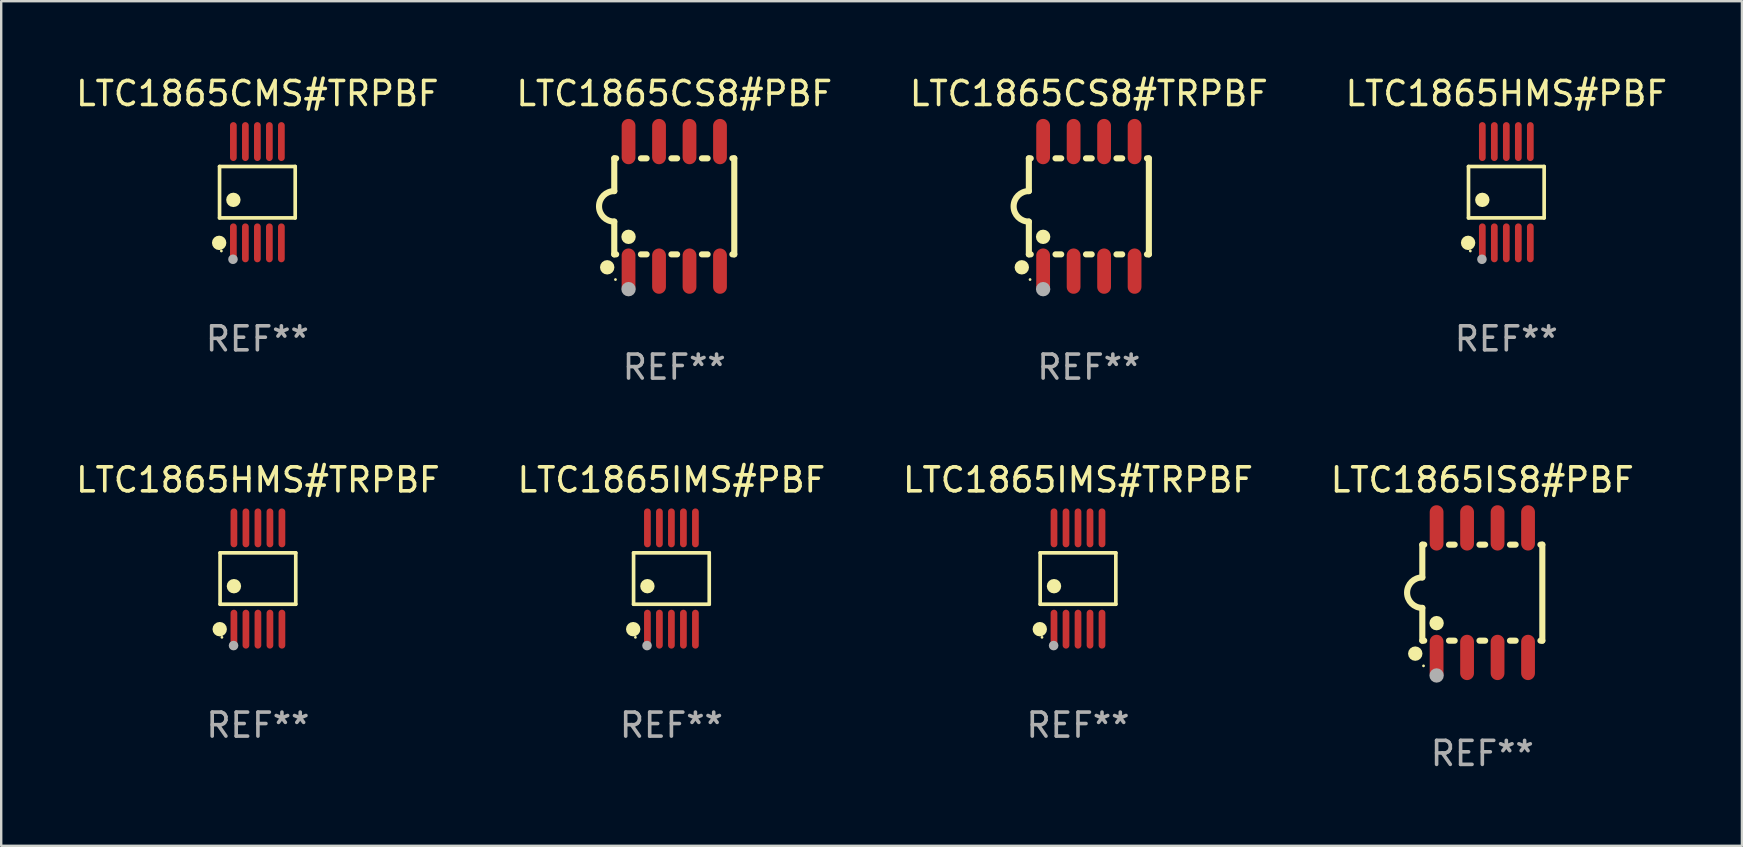
<source format=kicad_pcb>
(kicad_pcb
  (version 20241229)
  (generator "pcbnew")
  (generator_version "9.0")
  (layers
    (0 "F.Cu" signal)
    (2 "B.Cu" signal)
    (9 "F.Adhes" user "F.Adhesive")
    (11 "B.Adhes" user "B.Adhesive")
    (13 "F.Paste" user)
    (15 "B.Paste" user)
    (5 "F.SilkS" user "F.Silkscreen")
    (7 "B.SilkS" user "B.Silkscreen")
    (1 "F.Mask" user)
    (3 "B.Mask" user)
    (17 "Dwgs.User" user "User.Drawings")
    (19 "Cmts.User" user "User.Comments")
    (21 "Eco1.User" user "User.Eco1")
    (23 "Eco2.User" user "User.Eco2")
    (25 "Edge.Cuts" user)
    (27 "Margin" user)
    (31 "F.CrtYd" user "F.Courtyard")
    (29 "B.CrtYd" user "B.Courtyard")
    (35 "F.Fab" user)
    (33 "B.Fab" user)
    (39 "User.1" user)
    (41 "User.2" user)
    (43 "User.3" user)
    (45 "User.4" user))
  (footprint "LTC1865HMS#PBF"
    (layer "F.Cu")
    (at 59.708 4.958)
    (property "Reference" "LTC1865HMS#PBF" (at 0 -4.11 0) (layer "F.SilkS") (effects (font (size 1 1) (thickness 0.15))))
    (attr through_hole)
    (fp_line (start -1.576 -1.071) (end 1.576 -1.071) (stroke (width 0.152) (type solid)) (layer "F.SilkS"))
    (fp_line (start -1.576 1.071) (end -1.576 -1.071) (stroke (width 0.152) (type solid)) (layer "F.SilkS"))
    (fp_line (start 1.576 -1.071) (end 1.576 1.071) (stroke (width 0.152) (type solid)) (layer "F.SilkS"))
    (fp_line (start 1.576 1.071) (end -1.576 1.071) (stroke (width 0.152) (type solid)) (layer "F.SilkS"))
    (fp_circle (center -1.592 2.11) (end -1.442 2.11) (stroke (width 0.3) (type solid)) (fill no) (layer "F.SilkS"))
    (fp_circle (center -1.5 2.45) (end -1.47 2.45) (stroke (width 0.06) (type solid)) (fill no) (layer "F.SilkS"))
    (fp_circle (center -1 0.319) (end -0.85 0.319) (stroke (width 0.3) (type solid)) (fill no) (layer "F.SilkS"))
    (fp_circle (center -1.016 2.794) (end -0.916 2.794) (stroke (width 0.2) (type solid)) (fill no) (layer "F.Fab"))
    (fp_text user "REF**" (at 0 6.11 0) (layer "F.Fab") (effects (font (size 1 1) (thickness 0.15))))
    (pad "1" smd oval (at -1 2.11) (size 0.28 1.62) (layers "F.Cu" "F.Mask" "F.Paste"))
    (pad "2" smd oval (at -0.5 2.11) (size 0.28 1.62) (layers "F.Cu" "F.Mask" "F.Paste"))
    (pad "3" smd oval (at 0 2.11) (size 0.28 1.62) (layers "F.Cu" "F.Mask" "F.Paste"))
    (pad "4" smd oval (at 0.5 2.11) (size 0.28 1.62) (layers "F.Cu" "F.Mask" "F.Paste"))
    (pad "5" smd oval (at 1 2.11) (size 0.28 1.62) (layers "F.Cu" "F.Mask" "F.Paste"))
    (pad "6" smd oval (at 1 -2.11) (size 0.28 1.62) (layers "F.Cu" "F.Mask" "F.Paste"))
    (pad "7" smd oval (at 0.5 -2.11) (size 0.28 1.62) (layers "F.Cu" "F.Mask" "F.Paste"))
    (pad "8" smd oval (at 0 -2.11) (size 0.28 1.62) (layers "F.Cu" "F.Mask" "F.Paste"))
    (pad "9" smd oval (at -0.5 -2.11) (size 0.28 1.62) (layers "F.Cu" "F.Mask" "F.Paste"))
    (pad "10" smd oval (at -1 -2.11) (size 0.28 1.62) (layers "F.Cu" "F.Mask" "F.Paste")))
  (footprint "LTC1865IMS#TRPBF"
    (layer "F.Cu")
    (at 41.863 21.053)
    (property "Reference" "LTC1865IMS#TRPBF" (at 0 -4.11 0) (layer "F.SilkS") (effects (font (size 1 1) (thickness 0.15))))
    (attr through_hole)
    (fp_line (start -1.576 -1.071) (end 1.576 -1.071) (stroke (width 0.152) (type solid)) (layer "F.SilkS"))
    (fp_line (start -1.576 1.071) (end -1.576 -1.071) (stroke (width 0.152) (type solid)) (layer "F.SilkS"))
    (fp_line (start 1.576 -1.071) (end 1.576 1.071) (stroke (width 0.152) (type solid)) (layer "F.SilkS"))
    (fp_line (start 1.576 1.071) (end -1.576 1.071) (stroke (width 0.152) (type solid)) (layer "F.SilkS"))
    (fp_circle (center -1.592 2.11) (end -1.442 2.11) (stroke (width 0.3) (type solid)) (fill no) (layer "F.SilkS"))
    (fp_circle (center -1.5 2.45) (end -1.47 2.45) (stroke (width 0.06) (type solid)) (fill no) (layer "F.SilkS"))
    (fp_circle (center -1 0.319) (end -0.85 0.319) (stroke (width 0.3) (type solid)) (fill no) (layer "F.SilkS"))
    (fp_circle (center -1.016 2.794) (end -0.916 2.794) (stroke (width 0.2) (type solid)) (fill no) (layer "F.Fab"))
    (fp_text user "REF**" (at 0 6.11 0) (layer "F.Fab") (effects (font (size 1 1) (thickness 0.15))))
    (pad "1" smd oval (at -1 2.11) (size 0.28 1.62) (layers "F.Cu" "F.Mask" "F.Paste"))
    (pad "2" smd oval (at -0.5 2.11) (size 0.28 1.62) (layers "F.Cu" "F.Mask" "F.Paste"))
    (pad "3" smd oval (at 0 2.11) (size 0.28 1.62) (layers "F.Cu" "F.Mask" "F.Paste"))
    (pad "4" smd oval (at 0.5 2.11) (size 0.28 1.62) (layers "F.Cu" "F.Mask" "F.Paste"))
    (pad "5" smd oval (at 1 2.11) (size 0.28 1.62) (layers "F.Cu" "F.Mask" "F.Paste"))
    (pad "6" smd oval (at 1 -2.11) (size 0.28 1.62) (layers "F.Cu" "F.Mask" "F.Paste"))
    (pad "7" smd oval (at 0.5 -2.11) (size 0.28 1.62) (layers "F.Cu" "F.Mask" "F.Paste"))
    (pad "8" smd oval (at 0 -2.11) (size 0.28 1.62) (layers "F.Cu" "F.Mask" "F.Paste"))
    (pad "9" smd oval (at -0.5 -2.11) (size 0.28 1.62) (layers "F.Cu" "F.Mask" "F.Paste"))
    (pad "10" smd oval (at -1 -2.11) (size 0.28 1.62) (layers "F.Cu" "F.Mask" "F.Paste")))
  (footprint "LTC1865CS8#PBF"
    (layer "F.Cu")
    (at 25.042 5.547)
    (property "Reference" "LTC1865CS8#PBF" (at 0 -4.699 0) (layer "F.SilkS") (effects (font (size 1 1) (thickness 0.15))))
    (attr through_hole)
    (fp_line (start -2.5 -2) (end -2.5 -0.635) (stroke (width 0.254) (type solid)) (layer "F.SilkS"))
    (fp_line (start -2.5 -2) (end -2.421 -2) (stroke (width 0.254) (type solid)) (layer "F.SilkS"))
    (fp_line (start -2.5 2) (end -2.5 0.635) (stroke (width 0.254) (type solid)) (layer "F.SilkS"))
    (fp_line (start -2.5 2) (end -2.421 2) (stroke (width 0.254) (type solid)) (layer "F.SilkS"))
    (fp_line (start -1.389 -2) (end -1.151 -2) (stroke (width 0.254) (type solid)) (layer "F.SilkS"))
    (fp_line (start -1.389 2) (end -1.151 2) (stroke (width 0.254) (type solid)) (layer "F.SilkS"))
    (fp_line (start -0.119 -2) (end 0.119 -2) (stroke (width 0.254) (type solid)) (layer "F.SilkS"))
    (fp_line (start -0.119 2) (end 0.119 2) (stroke (width 0.254) (type solid)) (layer "F.SilkS"))
    (fp_line (start 1.151 -2) (end 1.389 -2) (stroke (width 0.254) (type solid)) (layer "F.SilkS"))
    (fp_line (start 1.151 2) (end 1.389 2) (stroke (width 0.254) (type solid)) (layer "F.SilkS"))
    (fp_line (start 2.421 -2) (end 2.5 -2) (stroke (width 0.254) (type solid)) (layer "F.SilkS"))
    (fp_line (start 2.421 2) (end 2.5 2) (stroke (width 0.254) (type solid)) (layer "F.SilkS"))
    (fp_line (start 2.5 -2) (end 2.5 2) (stroke (width 0.254) (type solid)) (layer "F.SilkS"))
    (fp_arc (start -2.5 0.635001) (mid -3.134366 -0.000318) (end -2.499365 -0.635001) (stroke (width 0.254001) (type solid)) (layer "F.SilkS"))
    (fp_circle (center -2.794 2.54) (end -2.644 2.54) (stroke (width 0.3) (type solid)) (fill no) (layer "F.SilkS"))
    (fp_circle (center -2.45 3.05) (end -2.42 3.05) (stroke (width 0.06) (type solid)) (fill no) (layer "F.SilkS"))
    (fp_circle (center -1.905 1.27) (end -1.755 1.27) (stroke (width 0.3) (type solid)) (fill no) (layer "F.SilkS"))
    (fp_circle (center -1.905 3.45) (end -1.755 3.45) (stroke (width 0.3) (type solid)) (fill no) (layer "F.Fab"))
    (fp_text user "REF**" (at 0 6.699 0) (layer "F.Fab") (effects (font (size 1 1) (thickness 0.15))))
    (pad "1" smd oval (at -1.905 2.699) (size 0.574 1.888) (layers "F.Cu" "F.Mask" "F.Paste"))
    (pad "2" smd oval (at -0.635 2.699) (size 0.574 1.888) (layers "F.Cu" "F.Mask" "F.Paste"))
    (pad "3" smd oval (at 0.635 2.699) (size 0.574 1.888) (layers "F.Cu" "F.Mask" "F.Paste"))
    (pad "4" smd oval (at 1.905 2.699) (size 0.574 1.888) (layers "F.Cu" "F.Mask" "F.Paste"))
    (pad "5" smd oval (at 1.905 -2.699) (size 0.574 1.888) (layers "F.Cu" "F.Mask" "F.Paste"))
    (pad "6" smd oval (at 0.635 -2.699) (size 0.574 1.888) (layers "F.Cu" "F.Mask" "F.Paste"))
    (pad "7" smd oval (at -0.635 -2.699) (size 0.574 1.888) (layers "F.Cu" "F.Mask" "F.Paste"))
    (pad "8" smd oval (at -1.905 -2.699) (size 0.574 1.888) (layers "F.Cu" "F.Mask" "F.Paste")))
  (footprint "LTC1865CMS#TRPBF"
    (layer "F.Cu")
    (at 7.673 4.958)
    (property "Reference" "LTC1865CMS#TRPBF" (at 0 -4.11 0) (layer "F.SilkS") (effects (font (size 1 1) (thickness 0.15))))
    (attr through_hole)
    (fp_line (start -1.576 -1.071) (end 1.576 -1.071) (stroke (width 0.152) (type solid)) (layer "F.SilkS"))
    (fp_line (start -1.576 1.071) (end -1.576 -1.071) (stroke (width 0.152) (type solid)) (layer "F.SilkS"))
    (fp_line (start 1.576 -1.071) (end 1.576 1.071) (stroke (width 0.152) (type solid)) (layer "F.SilkS"))
    (fp_line (start 1.576 1.071) (end -1.576 1.071) (stroke (width 0.152) (type solid)) (layer "F.SilkS"))
    (fp_circle (center -1.592 2.11) (end -1.442 2.11) (stroke (width 0.3) (type solid)) (fill no) (layer "F.SilkS"))
    (fp_circle (center -1.5 2.45) (end -1.47 2.45) (stroke (width 0.06) (type solid)) (fill no) (layer "F.SilkS"))
    (fp_circle (center -1 0.319) (end -0.85 0.319) (stroke (width 0.3) (type solid)) (fill no) (layer "F.SilkS"))
    (fp_circle (center -1.016 2.794) (end -0.916 2.794) (stroke (width 0.2) (type solid)) (fill no) (layer "F.Fab"))
    (fp_text user "REF**" (at 0 6.11 0) (layer "F.Fab") (effects (font (size 1 1) (thickness 0.15))))
    (pad "1" smd oval (at -1 2.11) (size 0.28 1.62) (layers "F.Cu" "F.Mask" "F.Paste"))
    (pad "2" smd oval (at -0.5 2.11) (size 0.28 1.62) (layers "F.Cu" "F.Mask" "F.Paste"))
    (pad "3" smd oval (at 0 2.11) (size 0.28 1.62) (layers "F.Cu" "F.Mask" "F.Paste"))
    (pad "4" smd oval (at 0.5 2.11) (size 0.28 1.62) (layers "F.Cu" "F.Mask" "F.Paste"))
    (pad "5" smd oval (at 1 2.11) (size 0.28 1.62) (layers "F.Cu" "F.Mask" "F.Paste"))
    (pad "6" smd oval (at 1 -2.11) (size 0.28 1.62) (layers "F.Cu" "F.Mask" "F.Paste"))
    (pad "7" smd oval (at 0.5 -2.11) (size 0.28 1.62) (layers "F.Cu" "F.Mask" "F.Paste"))
    (pad "8" smd oval (at 0 -2.11) (size 0.28 1.62) (layers "F.Cu" "F.Mask" "F.Paste"))
    (pad "9" smd oval (at -0.5 -2.11) (size 0.28 1.62) (layers "F.Cu" "F.Mask" "F.Paste"))
    (pad "10" smd oval (at -1 -2.11) (size 0.28 1.62) (layers "F.Cu" "F.Mask" "F.Paste")))
  (footprint "LTC1865CS8#TRPBF"
    (layer "F.Cu")
    (at 42.315 5.547)
    (property "Reference" "LTC1865CS8#TRPBF" (at 0 -4.699 0) (layer "F.SilkS") (effects (font (size 1 1) (thickness 0.15))))
    (attr through_hole)
    (fp_line (start -2.5 -2) (end -2.5 -0.635) (stroke (width 0.254) (type solid)) (layer "F.SilkS"))
    (fp_line (start -2.5 -2) (end -2.421 -2) (stroke (width 0.254) (type solid)) (layer "F.SilkS"))
    (fp_line (start -2.5 2) (end -2.5 0.635) (stroke (width 0.254) (type solid)) (layer "F.SilkS"))
    (fp_line (start -2.5 2) (end -2.421 2) (stroke (width 0.254) (type solid)) (layer "F.SilkS"))
    (fp_line (start -1.389 -2) (end -1.151 -2) (stroke (width 0.254) (type solid)) (layer "F.SilkS"))
    (fp_line (start -1.389 2) (end -1.151 2) (stroke (width 0.254) (type solid)) (layer "F.SilkS"))
    (fp_line (start -0.119 -2) (end 0.119 -2) (stroke (width 0.254) (type solid)) (layer "F.SilkS"))
    (fp_line (start -0.119 2) (end 0.119 2) (stroke (width 0.254) (type solid)) (layer "F.SilkS"))
    (fp_line (start 1.151 -2) (end 1.389 -2) (stroke (width 0.254) (type solid)) (layer "F.SilkS"))
    (fp_line (start 1.151 2) (end 1.389 2) (stroke (width 0.254) (type solid)) (layer "F.SilkS"))
    (fp_line (start 2.421 -2) (end 2.5 -2) (stroke (width 0.254) (type solid)) (layer "F.SilkS"))
    (fp_line (start 2.421 2) (end 2.5 2) (stroke (width 0.254) (type solid)) (layer "F.SilkS"))
    (fp_line (start 2.5 -2) (end 2.5 2) (stroke (width 0.254) (type solid)) (layer "F.SilkS"))
    (fp_arc (start -2.5 0.635001) (mid -3.134366 -0.000318) (end -2.499365 -0.635001) (stroke (width 0.254001) (type solid)) (layer "F.SilkS"))
    (fp_circle (center -2.794 2.54) (end -2.644 2.54) (stroke (width 0.3) (type solid)) (fill no) (layer "F.SilkS"))
    (fp_circle (center -2.45 3.05) (end -2.42 3.05) (stroke (width 0.06) (type solid)) (fill no) (layer "F.SilkS"))
    (fp_circle (center -1.905 1.27) (end -1.755 1.27) (stroke (width 0.3) (type solid)) (fill no) (layer "F.SilkS"))
    (fp_circle (center -1.905 3.45) (end -1.755 3.45) (stroke (width 0.3) (type solid)) (fill no) (layer "F.Fab"))
    (fp_text user "REF**" (at 0 6.699 0) (layer "F.Fab") (effects (font (size 1 1) (thickness 0.15))))
    (pad "1" smd oval (at -1.905 2.699) (size 0.574 1.888) (layers "F.Cu" "F.Mask" "F.Paste"))
    (pad "2" smd oval (at -0.635 2.699) (size 0.574 1.888) (layers "F.Cu" "F.Mask" "F.Paste"))
    (pad "3" smd oval (at 0.635 2.699) (size 0.574 1.888) (layers "F.Cu" "F.Mask" "F.Paste"))
    (pad "4" smd oval (at 1.905 2.699) (size 0.574 1.888) (layers "F.Cu" "F.Mask" "F.Paste"))
    (pad "5" smd oval (at 1.905 -2.699) (size 0.574 1.888) (layers "F.Cu" "F.Mask" "F.Paste"))
    (pad "6" smd oval (at 0.635 -2.699) (size 0.574 1.888) (layers "F.Cu" "F.Mask" "F.Paste"))
    (pad "7" smd oval (at -0.635 -2.699) (size 0.574 1.888) (layers "F.Cu" "F.Mask" "F.Paste"))
    (pad "8" smd oval (at -1.905 -2.699) (size 0.574 1.888) (layers "F.Cu" "F.Mask" "F.Paste")))
  (footprint "LTC1865IMS#PBF"
    (layer "F.Cu")
    (at 24.923 21.053)
    (property "Reference" "LTC1865IMS#PBF" (at 0 -4.11 0) (layer "F.SilkS") (effects (font (size 1 1) (thickness 0.15))))
    (attr through_hole)
    (fp_line (start -1.576 -1.071) (end 1.576 -1.071) (stroke (width 0.152) (type solid)) (layer "F.SilkS"))
    (fp_line (start -1.576 1.071) (end -1.576 -1.071) (stroke (width 0.152) (type solid)) (layer "F.SilkS"))
    (fp_line (start 1.576 -1.071) (end 1.576 1.071) (stroke (width 0.152) (type solid)) (layer "F.SilkS"))
    (fp_line (start 1.576 1.071) (end -1.576 1.071) (stroke (width 0.152) (type solid)) (layer "F.SilkS"))
    (fp_circle (center -1.592 2.11) (end -1.442 2.11) (stroke (width 0.3) (type solid)) (fill no) (layer "F.SilkS"))
    (fp_circle (center -1.5 2.45) (end -1.47 2.45) (stroke (width 0.06) (type solid)) (fill no) (layer "F.SilkS"))
    (fp_circle (center -1 0.319) (end -0.85 0.319) (stroke (width 0.3) (type solid)) (fill no) (layer "F.SilkS"))
    (fp_circle (center -1.016 2.794) (end -0.916 2.794) (stroke (width 0.2) (type solid)) (fill no) (layer "F.Fab"))
    (fp_text user "REF**" (at 0 6.11 0) (layer "F.Fab") (effects (font (size 1 1) (thickness 0.15))))
    (pad "1" smd oval (at -1 2.11) (size 0.28 1.62) (layers "F.Cu" "F.Mask" "F.Paste"))
    (pad "2" smd oval (at -0.5 2.11) (size 0.28 1.62) (layers "F.Cu" "F.Mask" "F.Paste"))
    (pad "3" smd oval (at 0 2.11) (size 0.28 1.62) (layers "F.Cu" "F.Mask" "F.Paste"))
    (pad "4" smd oval (at 0.5 2.11) (size 0.28 1.62) (layers "F.Cu" "F.Mask" "F.Paste"))
    (pad "5" smd oval (at 1 2.11) (size 0.28 1.62) (layers "F.Cu" "F.Mask" "F.Paste"))
    (pad "6" smd oval (at 1 -2.11) (size 0.28 1.62) (layers "F.Cu" "F.Mask" "F.Paste"))
    (pad "7" smd oval (at 0.5 -2.11) (size 0.28 1.62) (layers "F.Cu" "F.Mask" "F.Paste"))
    (pad "8" smd oval (at 0 -2.11) (size 0.28 1.62) (layers "F.Cu" "F.Mask" "F.Paste"))
    (pad "9" smd oval (at -0.5 -2.11) (size 0.28 1.62) (layers "F.Cu" "F.Mask" "F.Paste"))
    (pad "10" smd oval (at -1 -2.11) (size 0.28 1.62) (layers "F.Cu" "F.Mask" "F.Paste")))
  (footprint "LTC1865IS8#PBF"
    (layer "F.Cu")
    (at 58.708 21.642)
    (property "Reference" "LTC1865IS8#PBF" (at 0 -4.699 0) (layer "F.SilkS") (effects (font (size 1 1) (thickness 0.15))))
    (attr through_hole)
    (fp_line (start -2.5 -2) (end -2.5 -0.635) (stroke (width 0.254) (type solid)) (layer "F.SilkS"))
    (fp_line (start -2.5 -2) (end -2.421 -2) (stroke (width 0.254) (type solid)) (layer "F.SilkS"))
    (fp_line (start -2.5 2) (end -2.5 0.635) (stroke (width 0.254) (type solid)) (layer "F.SilkS"))
    (fp_line (start -2.5 2) (end -2.421 2) (stroke (width 0.254) (type solid)) (layer "F.SilkS"))
    (fp_line (start -1.389 -2) (end -1.151 -2) (stroke (width 0.254) (type solid)) (layer "F.SilkS"))
    (fp_line (start -1.389 2) (end -1.151 2) (stroke (width 0.254) (type solid)) (layer "F.SilkS"))
    (fp_line (start -0.119 -2) (end 0.119 -2) (stroke (width 0.254) (type solid)) (layer "F.SilkS"))
    (fp_line (start -0.119 2) (end 0.119 2) (stroke (width 0.254) (type solid)) (layer "F.SilkS"))
    (fp_line (start 1.151 -2) (end 1.389 -2) (stroke (width 0.254) (type solid)) (layer "F.SilkS"))
    (fp_line (start 1.151 2) (end 1.389 2) (stroke (width 0.254) (type solid)) (layer "F.SilkS"))
    (fp_line (start 2.421 -2) (end 2.5 -2) (stroke (width 0.254) (type solid)) (layer "F.SilkS"))
    (fp_line (start 2.421 2) (end 2.5 2) (stroke (width 0.254) (type solid)) (layer "F.SilkS"))
    (fp_line (start 2.5 -2) (end 2.5 2) (stroke (width 0.254) (type solid)) (layer "F.SilkS"))
    (fp_arc (start -2.5 0.635001) (mid -3.134366 -0.000318) (end -2.499365 -0.635001) (stroke (width 0.254001) (type solid)) (layer "F.SilkS"))
    (fp_circle (center -2.794 2.54) (end -2.644 2.54) (stroke (width 0.3) (type solid)) (fill no) (layer "F.SilkS"))
    (fp_circle (center -2.45 3.05) (end -2.42 3.05) (stroke (width 0.06) (type solid)) (fill no) (layer "F.SilkS"))
    (fp_circle (center -1.905 1.27) (end -1.755 1.27) (stroke (width 0.3) (type solid)) (fill no) (layer "F.SilkS"))
    (fp_circle (center -1.905 3.45) (end -1.755 3.45) (stroke (width 0.3) (type solid)) (fill no) (layer "F.Fab"))
    (fp_text user "REF**" (at 0 6.699 0) (layer "F.Fab") (effects (font (size 1 1) (thickness 0.15))))
    (pad "1" smd oval (at -1.905 2.699) (size 0.574 1.888) (layers "F.Cu" "F.Mask" "F.Paste"))
    (pad "2" smd oval (at -0.635 2.699) (size 0.574 1.888) (layers "F.Cu" "F.Mask" "F.Paste"))
    (pad "3" smd oval (at 0.635 2.699) (size 0.574 1.888) (layers "F.Cu" "F.Mask" "F.Paste"))
    (pad "4" smd oval (at 1.905 2.699) (size 0.574 1.888) (layers "F.Cu" "F.Mask" "F.Paste"))
    (pad "5" smd oval (at 1.905 -2.699) (size 0.574 1.888) (layers "F.Cu" "F.Mask" "F.Paste"))
    (pad "6" smd oval (at 0.635 -2.699) (size 0.574 1.888) (layers "F.Cu" "F.Mask" "F.Paste"))
    (pad "7" smd oval (at -0.635 -2.699) (size 0.574 1.888) (layers "F.Cu" "F.Mask" "F.Paste"))
    (pad "8" smd oval (at -1.905 -2.699) (size 0.574 1.888) (layers "F.Cu" "F.Mask" "F.Paste")))
  (footprint "LTC1865HMS#TRPBF"
    (layer "F.Cu")
    (at 7.696 21.053)
    (property "Reference" "LTC1865HMS#TRPBF" (at 0 -4.11 0) (layer "F.SilkS") (effects (font (size 1 1) (thickness 0.15))))
    (attr through_hole)
    (fp_line (start -1.576 -1.071) (end 1.576 -1.071) (stroke (width 0.152) (type solid)) (layer "F.SilkS"))
    (fp_line (start -1.576 1.071) (end -1.576 -1.071) (stroke (width 0.152) (type solid)) (layer "F.SilkS"))
    (fp_line (start 1.576 -1.071) (end 1.576 1.071) (stroke (width 0.152) (type solid)) (layer "F.SilkS"))
    (fp_line (start 1.576 1.071) (end -1.576 1.071) (stroke (width 0.152) (type solid)) (layer "F.SilkS"))
    (fp_circle (center -1.592 2.11) (end -1.442 2.11) (stroke (width 0.3) (type solid)) (fill no) (layer "F.SilkS"))
    (fp_circle (center -1.5 2.45) (end -1.47 2.45) (stroke (width 0.06) (type solid)) (fill no) (layer "F.SilkS"))
    (fp_circle (center -1 0.319) (end -0.85 0.319) (stroke (width 0.3) (type solid)) (fill no) (layer "F.SilkS"))
    (fp_circle (center -1.016 2.794) (end -0.916 2.794) (stroke (width 0.2) (type solid)) (fill no) (layer "F.Fab"))
    (fp_text user "REF**" (at 0 6.11 0) (layer "F.Fab") (effects (font (size 1 1) (thickness 0.15))))
    (pad "1" smd oval (at -1 2.11) (size 0.28 1.62) (layers "F.Cu" "F.Mask" "F.Paste"))
    (pad "2" smd oval (at -0.5 2.11) (size 0.28 1.62) (layers "F.Cu" "F.Mask" "F.Paste"))
    (pad "3" smd oval (at 0 2.11) (size 0.28 1.62) (layers "F.Cu" "F.Mask" "F.Paste"))
    (pad "4" smd oval (at 0.5 2.11) (size 0.28 1.62) (layers "F.Cu" "F.Mask" "F.Paste"))
    (pad "5" smd oval (at 1 2.11) (size 0.28 1.62) (layers "F.Cu" "F.Mask" "F.Paste"))
    (pad "6" smd oval (at 1 -2.11) (size 0.28 1.62) (layers "F.Cu" "F.Mask" "F.Paste"))
    (pad "7" smd oval (at 0.5 -2.11) (size 0.28 1.62) (layers "F.Cu" "F.Mask" "F.Paste"))
    (pad "8" smd oval (at 0 -2.11) (size 0.28 1.62) (layers "F.Cu" "F.Mask" "F.Paste"))
    (pad "9" smd oval (at -0.5 -2.11) (size 0.28 1.62) (layers "F.Cu" "F.Mask" "F.Paste"))
    (pad "10" smd oval (at -1 -2.11) (size 0.28 1.62) (layers "F.Cu" "F.Mask" "F.Paste")))
  (gr_rect
    (start -3 -3)
    (end 69.524 32.189)
    (stroke (width 0.1) (type default))
    (fill no)
    (layer "Edge.Cuts")))
</source>
